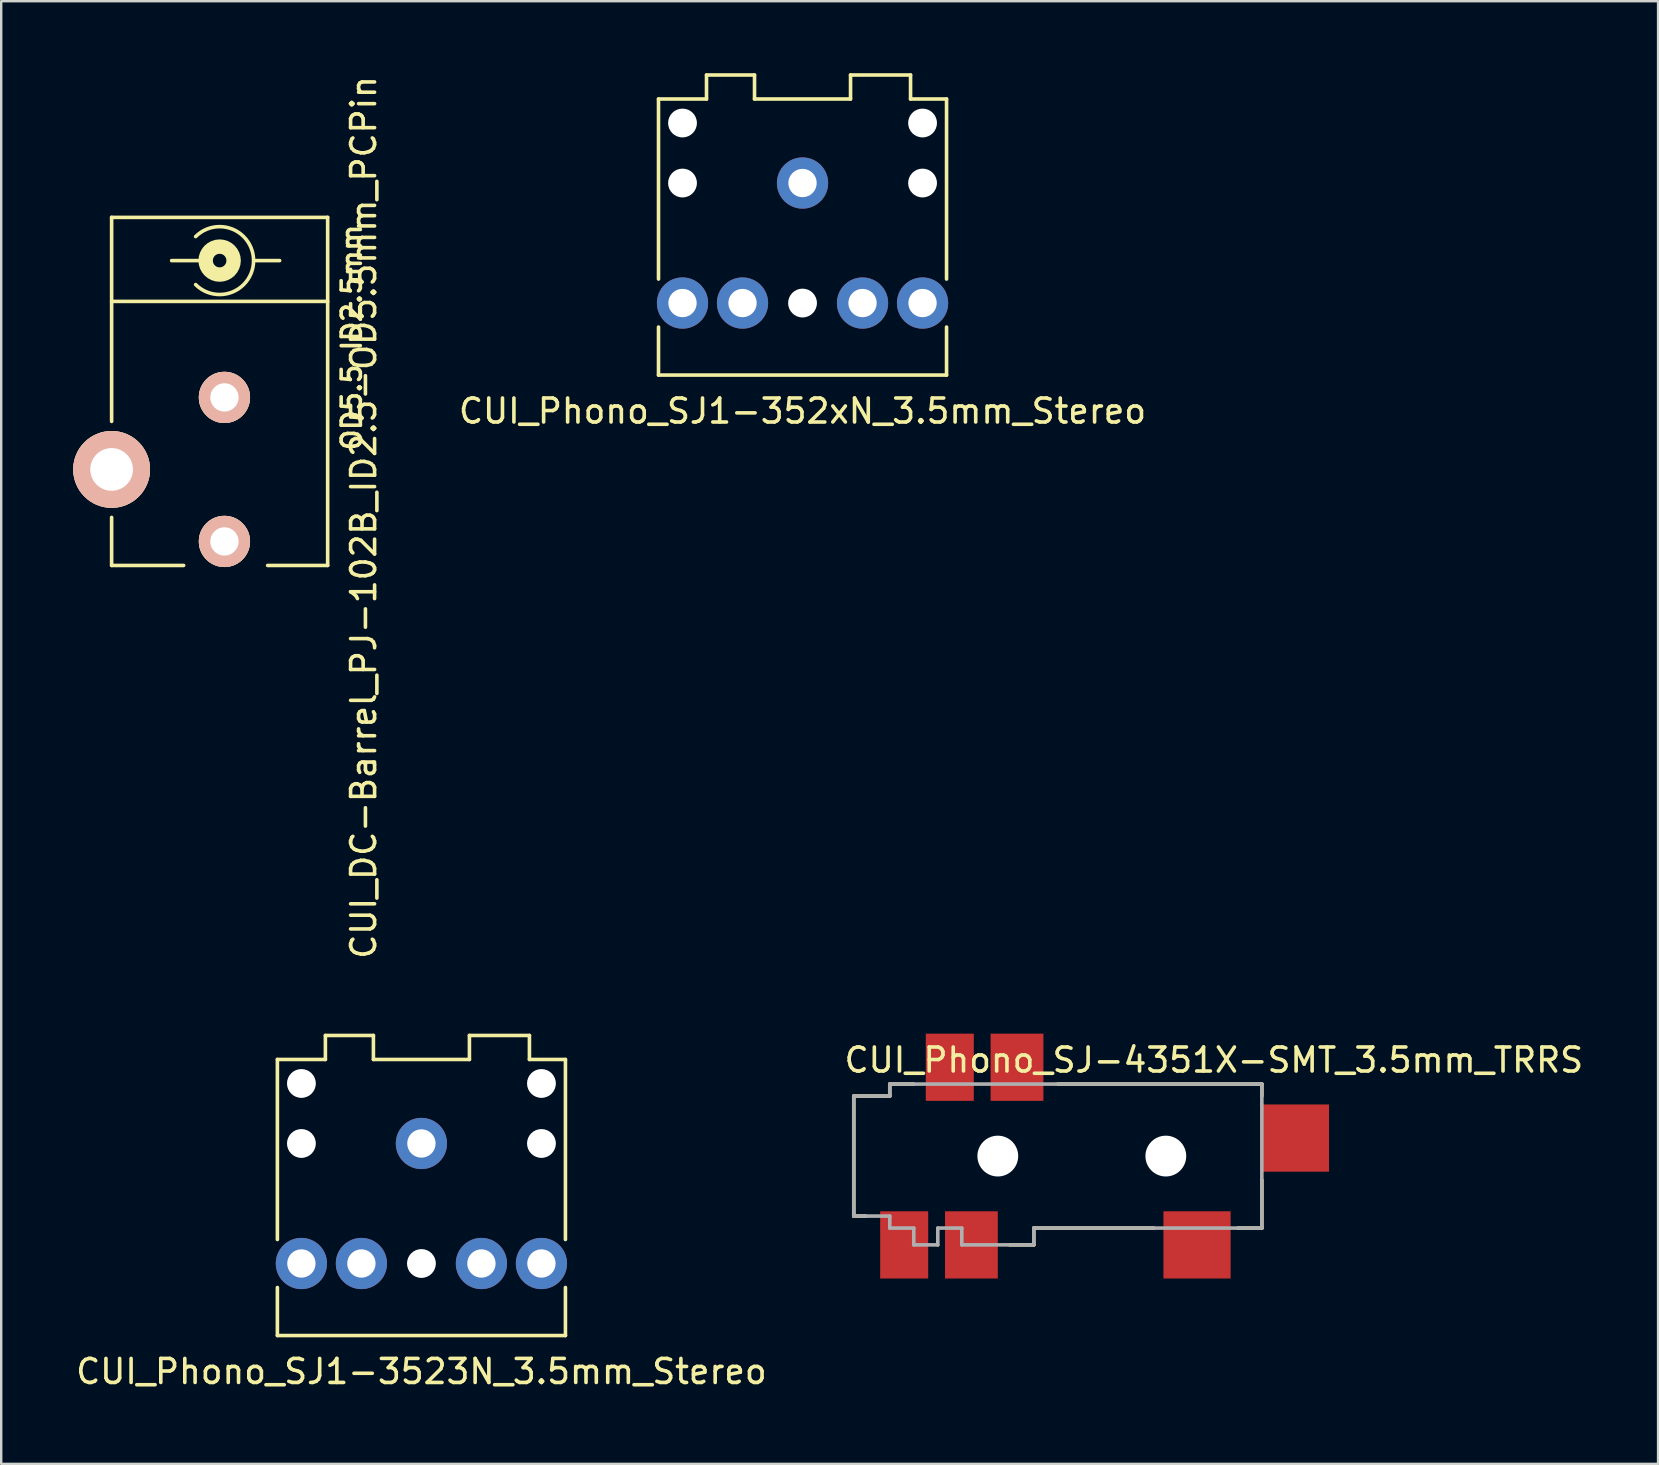
<source format=kicad_pcb>
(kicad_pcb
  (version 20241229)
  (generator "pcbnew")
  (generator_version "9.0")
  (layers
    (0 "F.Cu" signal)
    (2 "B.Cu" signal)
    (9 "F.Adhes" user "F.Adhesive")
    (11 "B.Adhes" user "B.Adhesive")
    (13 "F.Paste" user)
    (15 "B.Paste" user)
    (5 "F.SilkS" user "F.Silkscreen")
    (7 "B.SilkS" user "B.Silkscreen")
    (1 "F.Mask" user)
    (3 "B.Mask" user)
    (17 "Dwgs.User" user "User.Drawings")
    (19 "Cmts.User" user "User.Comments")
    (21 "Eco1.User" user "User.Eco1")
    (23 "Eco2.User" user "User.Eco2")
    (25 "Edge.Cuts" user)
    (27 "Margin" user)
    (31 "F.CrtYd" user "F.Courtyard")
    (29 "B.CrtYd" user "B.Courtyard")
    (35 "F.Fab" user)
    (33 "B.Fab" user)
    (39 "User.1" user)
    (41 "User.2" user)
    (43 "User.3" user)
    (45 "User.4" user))
  (footprint "CUI_Phono_SJ1-352xN_3.5mm_Stereo"
    (layer "F.Cu")
    (at 30.383 9.575)
    (property "Reference" "CUI_Phono_SJ1-352xN_3.5mm_Stereo" (at 0 4.5 0) (layer "F.SilkS") (effects (font (size 1 1) (thickness 0.15))))
    (attr through_hole)
    (fp_line (start -6 -8.5) (end -6 -1) (stroke (width 0.15) (type solid)) (layer "F.SilkS"))
    (fp_line (start -6 3) (end -6 1) (stroke (width 0.15) (type solid)) (layer "F.SilkS"))
    (fp_line (start -4 -9.5) (end -4 -8.5) (stroke (width 0.15) (type solid)) (layer "F.SilkS"))
    (fp_line (start -4 -8.5) (end -6 -8.5) (stroke (width 0.15) (type solid)) (layer "F.SilkS"))
    (fp_line (start -2 -9.5) (end -4 -9.5) (stroke (width 0.15) (type solid)) (layer "F.SilkS"))
    (fp_line (start -2 -8.5) (end -2 -9.5) (stroke (width 0.15) (type solid)) (layer "F.SilkS"))
    (fp_line (start 2 -9.5) (end 2 -8.5) (stroke (width 0.15) (type solid)) (layer "F.SilkS"))
    (fp_line (start 2 -8.5) (end -2 -8.5) (stroke (width 0.15) (type solid)) (layer "F.SilkS"))
    (fp_line (start 4.5 -9.5) (end 2 -9.5) (stroke (width 0.15) (type solid)) (layer "F.SilkS"))
    (fp_line (start 4.5 -8.5) (end 4.5 -9.5) (stroke (width 0.15) (type solid)) (layer "F.SilkS"))
    (fp_line (start 6 -8.5) (end 4.5 -8.5) (stroke (width 0.15) (type solid)) (layer "F.SilkS"))
    (fp_line (start 6 -1) (end 6 -8.5) (stroke (width 0.15) (type solid)) (layer "F.SilkS"))
    (fp_line (start 6 3) (end -6 3) (stroke (width 0.15) (type solid)) (layer "F.SilkS"))
    (fp_line (start 6 3) (end 6 1) (stroke (width 0.15) (type solid)) (layer "F.SilkS"))
    (pad "" np_thru_hole circle (at -5 -7.5) (size 1.2 1.2) (drill 1.2) (layers "*.Cu" "*.Mask"))
    (pad "" np_thru_hole circle (at -5 -5) (size 1.2 1.2) (drill 1.2) (layers "*.Cu" "*.Mask"))
    (pad "" np_thru_hole circle (at 0 0) (size 1.2 1.2) (drill 1.2) (layers "*.Cu" "*.Mask"))
    (pad "" np_thru_hole circle (at 5 -7.5) (size 1.2 1.2) (drill 1.2) (layers "*.Cu" "*.Mask"))
    (pad "" np_thru_hole circle (at 5 -5) (size 1.2 1.2) (drill 1.2) (layers "*.Cu" "*.Mask"))
    (pad "1" thru_hole circle (at 0 -5) (size 2.134 2.134) (drill 1.181) (layers "*.Cu" "*.Mask"))
    (pad "2" thru_hole circle (at -5 0) (size 2.134 2.134) (drill 1.181) (layers "*.Cu" "*.Mask"))
    (pad "3" thru_hole circle (at 5 0) (size 2.134 2.134) (drill 1.181) (layers "*.Cu" "*.Mask"))
    (pad "4" thru_hole circle (at -2.5 0) (size 2.134 2.134) (drill 1.181) (layers "*.Cu" "*.Mask"))
    (pad "5" thru_hole circle (at 2.5 0) (size 2.134 2.134) (drill 1.181) (layers "*.Cu" "*.Mask")))
  (footprint "CUI_Phono_SJ1-3523N_3.5mm_Stereo"
    (layer "F.Cu")
    (at 14.506 49.587)
    (property "Reference" "CUI_Phono_SJ1-3523N_3.5mm_Stereo" (at 0 4.5 0) (layer "F.SilkS") (effects (font (size 1 1) (thickness 0.15))))
    (attr through_hole)
    (fp_line (start -6 -8.5) (end -6 -1) (stroke (width 0.15) (type solid)) (layer "F.SilkS"))
    (fp_line (start -6 3) (end -6 1) (stroke (width 0.15) (type solid)) (layer "F.SilkS"))
    (fp_line (start -4 -9.5) (end -4 -8.5) (stroke (width 0.15) (type solid)) (layer "F.SilkS"))
    (fp_line (start -4 -8.5) (end -6 -8.5) (stroke (width 0.15) (type solid)) (layer "F.SilkS"))
    (fp_line (start -2 -9.5) (end -4 -9.5) (stroke (width 0.15) (type solid)) (layer "F.SilkS"))
    (fp_line (start -2 -8.5) (end -2 -9.5) (stroke (width 0.15) (type solid)) (layer "F.SilkS"))
    (fp_line (start 2 -9.5) (end 2 -8.5) (stroke (width 0.15) (type solid)) (layer "F.SilkS"))
    (fp_line (start 2 -8.5) (end -2 -8.5) (stroke (width 0.15) (type solid)) (layer "F.SilkS"))
    (fp_line (start 4.5 -9.5) (end 2 -9.5) (stroke (width 0.15) (type solid)) (layer "F.SilkS"))
    (fp_line (start 4.5 -8.5) (end 4.5 -9.5) (stroke (width 0.15) (type solid)) (layer "F.SilkS"))
    (fp_line (start 6 -8.5) (end 4.5 -8.5) (stroke (width 0.15) (type solid)) (layer "F.SilkS"))
    (fp_line (start 6 -1) (end 6 -8.5) (stroke (width 0.15) (type solid)) (layer "F.SilkS"))
    (fp_line (start 6 3) (end -6 3) (stroke (width 0.15) (type solid)) (layer "F.SilkS"))
    (fp_line (start 6 3) (end 6 1) (stroke (width 0.15) (type solid)) (layer "F.SilkS"))
    (pad "" np_thru_hole circle (at -5 -7.5) (size 1.2 1.2) (drill 1.2) (layers "*.Cu" "*.Mask"))
    (pad "" np_thru_hole circle (at -5 -5) (size 1.2 1.2) (drill 1.2) (layers "*.Cu" "*.Mask"))
    (pad "" np_thru_hole circle (at 0 0) (size 1.2 1.2) (drill 1.2) (layers "*.Cu" "*.Mask"))
    (pad "" np_thru_hole circle (at 5 -7.5) (size 1.2 1.2) (drill 1.2) (layers "*.Cu" "*.Mask"))
    (pad "" np_thru_hole circle (at 5 -5) (size 1.2 1.2) (drill 1.2) (layers "*.Cu" "*.Mask"))
    (pad "1" thru_hole circle (at 0 -5) (size 2.134 2.134) (drill 1.181) (layers "*.Cu" "*.Mask"))
    (pad "2" thru_hole circle (at -5 0) (size 2.134 2.134) (drill 1.181) (layers "*.Cu" "*.Mask"))
    (pad "3" thru_hole circle (at 5 0) (size 2.134 2.134) (drill 1.181) (layers "*.Cu" "*.Mask"))
    (pad "4" thru_hole circle (at -2.5 0) (size 2.134 2.134) (drill 1.181) (layers "*.Cu" "*.Mask"))
    (pad "5" thru_hole circle (at 2.5 0) (size 2.134 2.134) (drill 1.181) (layers "*.Cu" "*.Mask")))
  (footprint "CUI_DC-Barrel_PJ-102B_ID2.5-OD5.5mm_PCPin"
    (layer "F.Cu")
    (at 1.6 16.506)
    (property "Reference" "CUI_DC-Barrel_PJ-102B_ID2.5-OD5.5mm_PCPin" (at 10.5 2 270) (layer "F.SilkS") (effects (font (size 1 1) (thickness 0.15))))
    (attr through_hole)
    (fp_line (start 0 -10.5) (end 0 -2) (stroke (width 0.15) (type solid)) (layer "F.SilkS"))
    (fp_line (start 0 -7) (end 9 -7) (stroke (width 0.15) (type solid)) (layer "F.SilkS"))
    (fp_line (start 0 2) (end 0 4) (stroke (width 0.15) (type solid)) (layer "F.SilkS"))
    (fp_line (start 0 4) (end 3 4) (stroke (width 0.15) (type solid)) (layer "F.SilkS"))
    (fp_line (start 4 -8.7) (end 2.5 -8.7) (stroke (width 0.15) (type solid)) (layer "F.SilkS"))
    (fp_line (start 6 -8.7) (end 7 -8.7) (stroke (width 0.15) (type solid)) (layer "F.SilkS"))
    (fp_line (start 6.5 4) (end 9 4) (stroke (width 0.15) (type solid)) (layer "F.SilkS"))
    (fp_line (start 9 -10.5) (end 0 -10.5) (stroke (width 0.15) (type solid)) (layer "F.SilkS"))
    (fp_line (start 9 4) (end 9 -10.5) (stroke (width 0.15) (type solid)) (layer "F.SilkS"))
    (fp_arc (start 3.5 -9.7) (mid 5.914214 -8.7) (end 3.5 -7.7) (stroke (width 0.15) (type solid)) (layer "F.SilkS"))
    (fp_circle (center 4.5 -8.7) (end 4 -8.7) (stroke (width 0.15) (type solid)) (fill no) (layer "F.SilkS"))
    (fp_circle (center 4.5 -8.7) (end 4.3 -8.5) (stroke (width 0.6) (type solid)) (fill no) (layer "F.SilkS"))
    (fp_text user "OD5.5 ID2.5mm" (at 10 -5.5 90) (layer "F.SilkS") (effects (font (size 0.8 0.8) (thickness 0.15))))
    (pad "1" thru_hole circle (at 4.7 3) (size 2.134 2.134) (drill 1.181) (layers "*.Cu" "*.Paste" "*.SilkS" "*.Mask"))
    (pad "2" thru_hole circle (at 4.7 -3) (size 2.134 2.134) (drill 1.181) (layers "*.Cu" "*.Paste" "*.SilkS" "*.Mask"))
    (pad "3" thru_hole circle (at 0 0) (size 3.2 3.2) (drill 1.778) (layers "*.Cu" "*.Paste" "*.SilkS" "*.Mask")))
  (footprint "CUI_Phono_SJ-4351X-SMT_3.5mm_TRRS"
    (layer "F.Cu")
    (at 34.018 45.112)
    (property "Reference" "CUI_Phono_SJ-4351X-SMT_3.5mm_TRRS" (at 13.5 -4 0) (layer "F.SilkS") (effects (font (size 1 1) (thickness 0.15))))
    (attr through_hole)
    (fp_line (start -1.5 -2.5) (end -1.5 2.5) (stroke (width 0.15) (type solid)) (layer "F.SilkS"))
    (fp_line (start -1.5 -2.5) (end 0 -2.5) (stroke (width 0.15) (type solid)) (layer "F.SilkS"))
    (fp_line (start -1.5 2.5) (end -1 2.5) (stroke (width 0.15) (type solid)) (layer "F.SilkS"))
    (fp_line (start 0 -3) (end 1 -3) (stroke (width 0.15) (type solid)) (layer "F.SilkS"))
    (fp_line (start 0 -2.5) (end 0 -3) (stroke (width 0.15) (type solid)) (layer "F.SilkS"))
    (fp_line (start 6 3) (end 6 3.7) (stroke (width 0.15) (type solid)) (layer "F.SilkS"))
    (fp_line (start 6 3.7) (end 5 3.7) (stroke (width 0.15) (type solid)) (layer "F.SilkS"))
    (fp_line (start 11 3) (end 6 3) (stroke (width 0.15) (type solid)) (layer "F.SilkS"))
    (fp_line (start 15.5 -3) (end 7 -3) (stroke (width 0.15) (type solid)) (layer "F.SilkS"))
    (fp_line (start 15.5 -3) (end 15.5 -2.5) (stroke (width 0.15) (type solid)) (layer "F.SilkS"))
    (fp_line (start 15.5 3) (end 14.5 3) (stroke (width 0.15) (type solid)) (layer "F.SilkS"))
    (fp_line (start 15.5 3) (end 15.5 1) (stroke (width 0.15) (type solid)) (layer "F.SilkS"))
    (fp_line (start -1.5 -2.5) (end -1.5 2.5) (stroke (width 0.15) (type solid)) (layer "F.Fab"))
    (fp_line (start -1.5 2.5) (end 0 2.5) (stroke (width 0.15) (type solid)) (layer "F.Fab"))
    (fp_line (start 0 -3) (end 0 -2.5) (stroke (width 0.15) (type solid)) (layer "F.Fab"))
    (fp_line (start 0 -2.5) (end -1.5 -2.5) (stroke (width 0.15) (type solid)) (layer "F.Fab"))
    (fp_line (start 0 2.5) (end 0 3) (stroke (width 0.15) (type solid)) (layer "F.Fab"))
    (fp_line (start 0 3) (end 1 3) (stroke (width 0.15) (type solid)) (layer "F.Fab"))
    (fp_line (start 1 3) (end 1 3.7) (stroke (width 0.15) (type solid)) (layer "F.Fab"))
    (fp_line (start 1 3.7) (end 2 3.7) (stroke (width 0.15) (type solid)) (layer "F.Fab"))
    (fp_line (start 2 3) (end 3 3) (stroke (width 0.15) (type solid)) (layer "F.Fab"))
    (fp_line (start 2 3.7) (end 2 3) (stroke (width 0.15) (type solid)) (layer "F.Fab"))
    (fp_line (start 3 3) (end 3 3.7) (stroke (width 0.15) (type solid)) (layer "F.Fab"))
    (fp_line (start 3 3.7) (end 6 3.7) (stroke (width 0.15) (type solid)) (layer "F.Fab"))
    (fp_line (start 6 3) (end 15.5 3) (stroke (width 0.15) (type solid)) (layer "F.Fab"))
    (fp_line (start 6 3.7) (end 6 3) (stroke (width 0.15) (type solid)) (layer "F.Fab"))
    (fp_line (start 15.5 -3) (end 0 -3) (stroke (width 0.15) (type solid)) (layer "F.Fab"))
    (fp_line (start 15.5 3) (end 15.5 -3) (stroke (width 0.15) (type solid)) (layer "F.Fab"))
    (pad "" np_thru_hole circle (at 4.5 0) (size 1.7 1.7) (drill 1.7) (layers "*.Cu" "*.Mask"))
    (pad "" np_thru_hole circle (at 11.5 0) (size 1.7 1.7) (drill 1.7) (layers "*.Cu" "*.Mask"))
    (pad "1" smd rect (at 0.6 3.7) (size 2 2.8) (layers "F.Cu" "F.Mask" "F.Paste"))
    (pad "2" smd rect (at 12.8 3.7) (size 2.8 2.8) (layers "F.Cu" "F.Mask" "F.Paste"))
    (pad "3" smd rect (at 5.3 -3.7) (size 2.2 2.8) (layers "F.Cu" "F.Mask" "F.Paste"))
    (pad "4" smd rect (at 3.4 3.7) (size 2.2 2.8) (layers "F.Cu" "F.Mask" "F.Paste"))
    (pad "5" smd rect (at 16.9 -0.75) (size 2.8 2.8) (layers "F.Cu" "F.Mask" "F.Paste"))
    (pad "6" smd rect (at 2.5 -3.7) (size 2 2.8) (layers "F.Cu" "F.Mask" "F.Paste")))
  (gr_rect
    (start -3 -3)
    (end 66.024 57.935)
    (stroke (width 0.1) (type default))
    (fill no)
    (layer "Edge.Cuts")))
</source>
